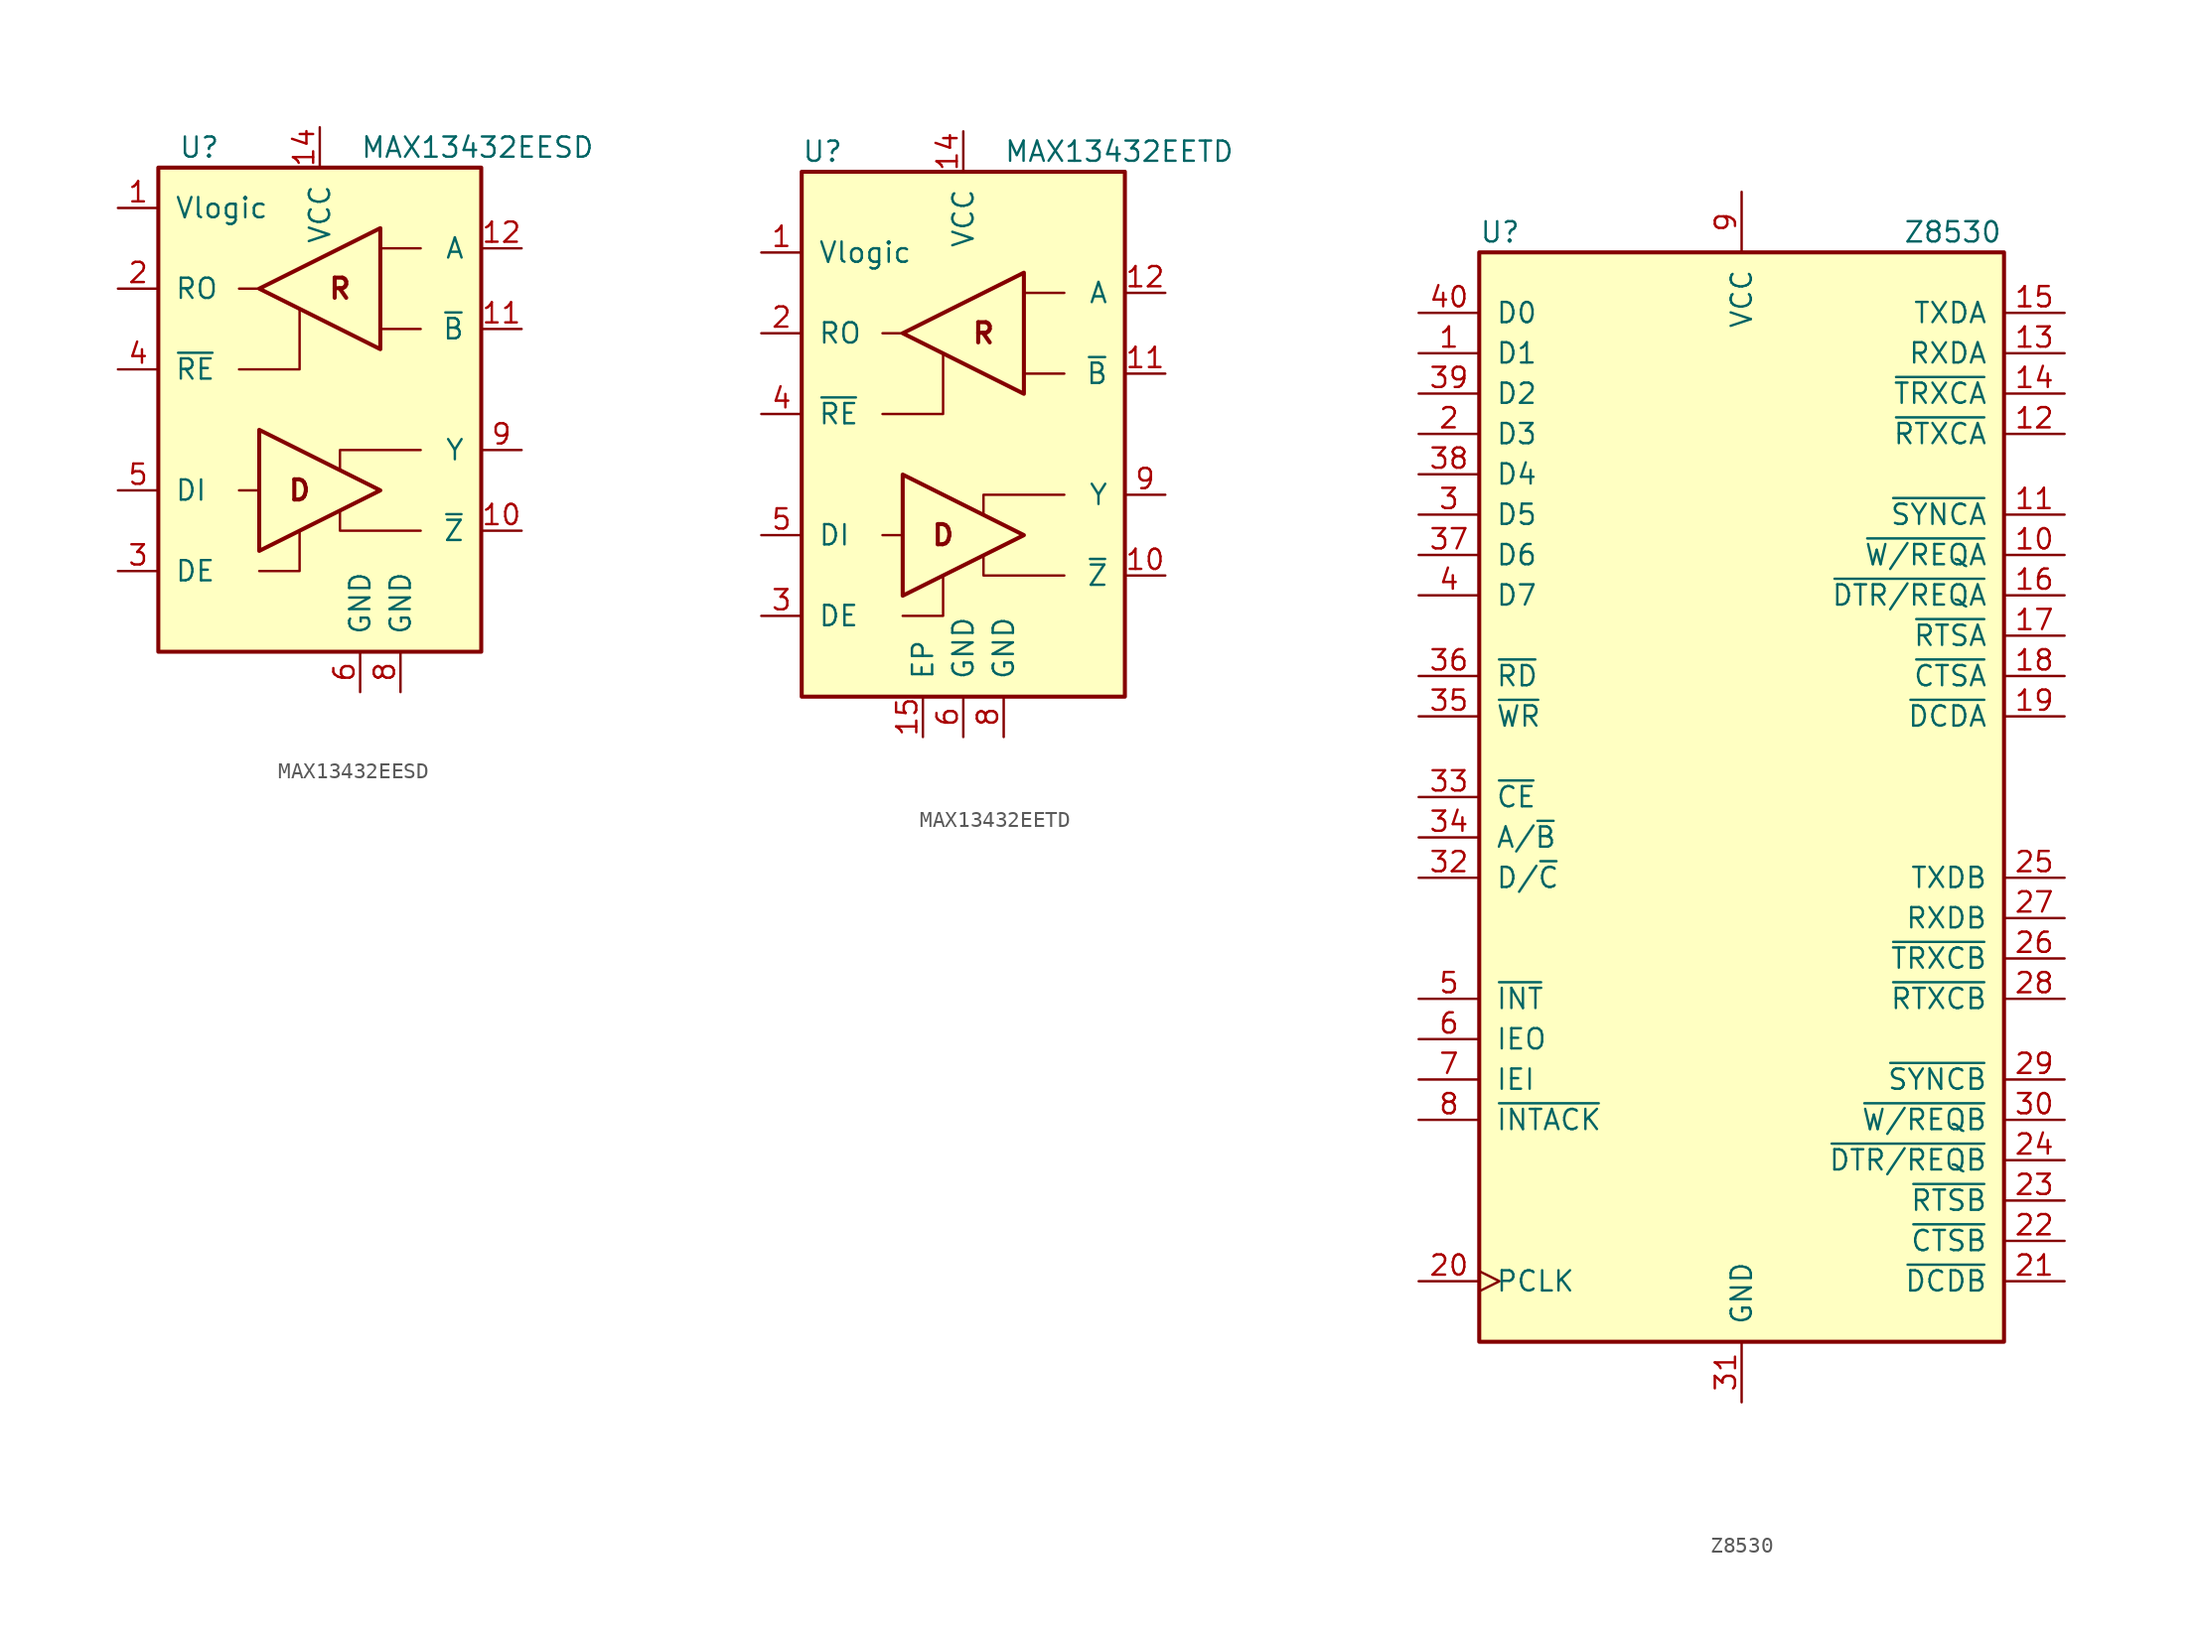
<source format=kicad_sym>
(kicad_symbol_lib
  (version 20200908)
  (generator kicad_symbol_editor)
  (symbol "Interface_UART:MAX13432EESD"
    (pin_names
      (offset 1.016))
    (property "Reference" "U"
      (at -8.89 16.51 0)
      (effects (font (size 1.27 1.27)) (justify left)))
    (property "Value" "MAX13432EESD"
      (at 2.54 16.51 0)
      (effects (font (size 1.27 1.27)) (justify left)))
    (symbol "MAX13432EESD_0_0"
      (text "D" (at -1.27 -5.08 0) (effects (font (size 1.27 1.27) bold)))
      (text "R" (at 1.27 7.62 0) (effects (font (size 1.27 1.27) bold))))
    (symbol "MAX13432EESD_0_1"
      (rectangle (start -10.16 15.24) (end 10.16 -15.24) (stroke (width 0.254)) (fill (type background)))
      (polyline (pts (xy -5.08 -5.08) (xy -3.81 -5.08)) (stroke (width 0)) (fill (type none)))
      (polyline (pts (xy -3.81 7.62) (xy -5.08 7.62)) (stroke (width 0)) (fill (type none)))
      (polyline (pts (xy 6.35 5.08) (xy 3.81 5.08) (xy 3.81 5.08)) (stroke (width 0)) (fill (type none)))
      (polyline (pts (xy 6.35 10.16) (xy 3.81 10.16) (xy 3.81 10.16)) (stroke (width 0)) (fill (type none)))
      (polyline (pts (xy -3.81 -10.16) (xy -1.27 -10.16) (xy -1.27 -7.62) (xy -1.27 -7.62)) (stroke (width 0)) (fill (type none)))
      (polyline (pts (xy -1.27 6.35) (xy -1.27 2.54) (xy -2.54 2.54) (xy -5.08 2.54)) (stroke (width 0)) (fill (type none)))
      (polyline (pts (xy 6.35 -7.62) (xy 1.27 -7.62) (xy 1.27 -6.35) (xy 1.27 -6.35)) (stroke (width 0)) (fill (type none)))
      (polyline (pts (xy 6.35 -2.54) (xy 1.27 -2.54) (xy 1.27 -3.81) (xy 1.27 -3.81)) (stroke (width 0)) (fill (type none)))
      (polyline (pts (xy -3.81 -1.27) (xy -3.81 -8.89) (xy 3.81 -5.08) (xy -3.81 -1.27) (xy -3.81 -1.27)) (stroke (width 0.254)) (fill (type none)))
      (polyline (pts (xy 3.81 11.43) (xy 3.81 3.81) (xy -3.81 7.62) (xy 3.81 11.43) (xy 3.81 11.43)) (stroke (width 0.254)) (fill (type none))))
    (symbol "MAX13432EESD_1_1"
      (pin power_in line (at -12.7 12.7 0) (length 2.54) (name "Vlogic" (effects (font (size 1.27 1.27)))) (number "1" (effects (font (size 1.27 1.27)))))
      (pin output line (at 12.7 -7.62 180) (length 2.54) (name "~Z~" (effects (font (size 1.27 1.27)))) (number "10" (effects (font (size 1.27 1.27)))))
      (pin input line (at 12.7 5.08 180) (length 2.54) (name "~B" (effects (font (size 1.27 1.27)))) (number "11" (effects (font (size 1.27 1.27)))))
      (pin input line (at 12.7 10.16 180) (length 2.54) (name "A" (effects (font (size 1.27 1.27)))) (number "12" (effects (font (size 1.27 1.27)))))
      (pin unconnected line (at 10.16 0 180) (length 2.54) hide (name "NC" (effects (font (size 1.27 1.27)))) (number "13" (effects (font (size 1.27 1.27)))))
      (pin power_in line (at 0 17.78 270) (length 2.54) (name "VCC" (effects (font (size 1.27 1.27)))) (number "14" (effects (font (size 1.27 1.27)))))
      (pin output line (at -12.7 7.62 0) (length 2.54) (name "RO" (effects (font (size 1.27 1.27)))) (number "2" (effects (font (size 1.27 1.27)))))
      (pin input line (at -12.7 -10.16 0) (length 2.54) (name "DE" (effects (font (size 1.27 1.27)))) (number "3" (effects (font (size 1.27 1.27)))))
      (pin input line (at -12.7 2.54 0) (length 2.54) (name "~RE" (effects (font (size 1.27 1.27)))) (number "4" (effects (font (size 1.27 1.27)))))
      (pin input line (at -12.7 -5.08 0) (length 2.54) (name "DI" (effects (font (size 1.27 1.27)))) (number "5" (effects (font (size 1.27 1.27)))))
      (pin power_in line (at 2.54 -17.78 90) (length 2.54) (name "GND" (effects (font (size 1.27 1.27)))) (number "6" (effects (font (size 1.27 1.27)))))
      (pin unconnected line (at 10.16 2.54 180) (length 2.54) hide (name "NC" (effects (font (size 1.27 1.27)))) (number "7" (effects (font (size 1.27 1.27)))))
      (pin power_in line (at 5.08 -17.78 90) (length 2.54) (name "GND" (effects (font (size 1.27 1.27)))) (number "8" (effects (font (size 1.27 1.27)))))
      (pin output line (at 12.7 -2.54 180) (length 2.54) (name "Y" (effects (font (size 1.27 1.27)))) (number "9" (effects (font (size 1.27 1.27)))))))
  (symbol "Interface_UART:MAX13432EETD"
    (pin_names
      (offset 1.016))
    (property "Reference" "U"
      (at -10.16 19.05 0)
      (effects (font (size 1.27 1.27)) (justify left)))
    (property "Value" "MAX13432EETD"
      (at 2.54 19.05 0)
      (effects (font (size 1.27 1.27)) (justify left)))
    (symbol "MAX13432EETD_0_0"
      (text "D" (at -1.27 -5.08 0) (effects (font (size 1.27 1.27) bold)))
      (text "R" (at 1.27 7.62 0) (effects (font (size 1.27 1.27) bold))))
    (symbol "MAX13432EETD_0_1"
      (rectangle (start -10.16 -15.24) (end 10.16 17.78) (stroke (width 0.254)) (fill (type background)))
      (polyline (pts (xy -5.08 -5.08) (xy -3.81 -5.08)) (stroke (width 0)) (fill (type none)))
      (polyline (pts (xy -3.81 7.62) (xy -5.08 7.62)) (stroke (width 0)) (fill (type none)))
      (polyline (pts (xy 6.35 5.08) (xy 3.81 5.08) (xy 3.81 5.08)) (stroke (width 0)) (fill (type none)))
      (polyline (pts (xy 6.35 10.16) (xy 3.81 10.16) (xy 3.81 10.16)) (stroke (width 0)) (fill (type none)))
      (polyline (pts (xy -3.81 -10.16) (xy -1.27 -10.16) (xy -1.27 -7.62) (xy -1.27 -7.62)) (stroke (width 0)) (fill (type none)))
      (polyline (pts (xy -1.27 6.35) (xy -1.27 2.54) (xy -2.54 2.54) (xy -5.08 2.54)) (stroke (width 0)) (fill (type none)))
      (polyline (pts (xy 6.35 -7.62) (xy 1.27 -7.62) (xy 1.27 -6.35) (xy 1.27 -6.35)) (stroke (width 0)) (fill (type none)))
      (polyline (pts (xy 6.35 -2.54) (xy 1.27 -2.54) (xy 1.27 -3.81) (xy 1.27 -3.81)) (stroke (width 0)) (fill (type none)))
      (polyline (pts (xy -3.81 -1.27) (xy -3.81 -8.89) (xy 3.81 -5.08) (xy -3.81 -1.27) (xy -3.81 -1.27)) (stroke (width 0.254)) (fill (type none)))
      (polyline (pts (xy 3.81 11.43) (xy 3.81 3.81) (xy -3.81 7.62) (xy 3.81 11.43) (xy 3.81 11.43)) (stroke (width 0.254)) (fill (type none))))
    (symbol "MAX13432EETD_1_1"
      (pin power_in line (at -12.7 12.7 0) (length 2.54) (name "Vlogic" (effects (font (size 1.27 1.27)))) (number "1" (effects (font (size 1.27 1.27)))))
      (pin output line (at 12.7 -7.62 180) (length 2.54) (name "~Z~" (effects (font (size 1.27 1.27)))) (number "10" (effects (font (size 1.27 1.27)))))
      (pin input line (at 12.7 5.08 180) (length 2.54) (name "~B" (effects (font (size 1.27 1.27)))) (number "11" (effects (font (size 1.27 1.27)))))
      (pin input line (at 12.7 10.16 180) (length 2.54) (name "A" (effects (font (size 1.27 1.27)))) (number "12" (effects (font (size 1.27 1.27)))))
      (pin unconnected line (at 10.16 0 180) (length 2.54) hide (name "NC" (effects (font (size 1.27 1.27)))) (number "13" (effects (font (size 1.27 1.27)))))
      (pin power_in line (at 0 20.32 270) (length 2.54) (name "VCC" (effects (font (size 1.27 1.27)))) (number "14" (effects (font (size 1.27 1.27)))))
      (pin power_in line (at -2.54 -17.78 90) (length 2.54) (name "EP" (effects (font (size 1.27 1.27)))) (number "15" (effects (font (size 1.27 1.27)))))
      (pin output line (at -12.7 7.62 0) (length 2.54) (name "RO" (effects (font (size 1.27 1.27)))) (number "2" (effects (font (size 1.27 1.27)))))
      (pin input line (at -12.7 -10.16 0) (length 2.54) (name "DE" (effects (font (size 1.27 1.27)))) (number "3" (effects (font (size 1.27 1.27)))))
      (pin input line (at -12.7 2.54 0) (length 2.54) (name "~RE" (effects (font (size 1.27 1.27)))) (number "4" (effects (font (size 1.27 1.27)))))
      (pin input line (at -12.7 -5.08 0) (length 2.54) (name "DI" (effects (font (size 1.27 1.27)))) (number "5" (effects (font (size 1.27 1.27)))))
      (pin power_in line (at 0 -17.78 90) (length 2.54) (name "GND" (effects (font (size 1.27 1.27)))) (number "6" (effects (font (size 1.27 1.27)))))
      (pin unconnected line (at 10.16 2.54 180) (length 2.54) hide (name "NC" (effects (font (size 1.27 1.27)))) (number "7" (effects (font (size 1.27 1.27)))))
      (pin power_in line (at 2.54 -17.78 90) (length 2.54) (name "GND" (effects (font (size 1.27 1.27)))) (number "8" (effects (font (size 1.27 1.27)))))
      (pin output line (at 12.7 -2.54 180) (length 2.54) (name "Y" (effects (font (size 1.27 1.27)))) (number "9" (effects (font (size 1.27 1.27)))))))
  (symbol "Interface_UART:Z8530"
    (pin_names
      (offset 1.016))
    (property "Reference" "U"
      (at -16.51 35.56 0)
      (effects (font (size 1.27 1.27)) (justify left)))
    (property "Value" "Z8530"
      (at 10.16 35.56 0)
      (effects (font (size 1.27 1.27)) (justify left)))
    (symbol "Z8530_0_1"
      (rectangle (start -16.51 -34.29) (end 16.51 34.29) (stroke (width 0.254)) (fill (type background))))
    (symbol "Z8530_1_1"
      (pin input line (at -20.32 27.94 0) (length 3.81) (name "D1" (effects (font (size 1.27 1.27)))) (number "1" (effects (font (size 1.27 1.27)))))
      (pin output line (at 20.32 15.24 180) (length 3.81) (name "~W/REQA~" (effects (font (size 1.27 1.27)))) (number "10" (effects (font (size 1.27 1.27)))))
      (pin bidirectional line (at 20.32 17.78 180) (length 3.81) (name "~SYNCA~" (effects (font (size 1.27 1.27)))) (number "11" (effects (font (size 1.27 1.27)))))
      (pin input line (at 20.32 22.86 180) (length 3.81) (name "~RTXCA" (effects (font (size 1.27 1.27)))) (number "12" (effects (font (size 1.27 1.27)))))
      (pin input line (at 20.32 27.94 180) (length 3.81) (name "RXDA" (effects (font (size 1.27 1.27)))) (number "13" (effects (font (size 1.27 1.27)))))
      (pin bidirectional line (at 20.32 25.4 180) (length 3.81) (name "~TRXCA" (effects (font (size 1.27 1.27)))) (number "14" (effects (font (size 1.27 1.27)))))
      (pin output line (at 20.32 30.48 180) (length 3.81) (name "TXDA" (effects (font (size 1.27 1.27)))) (number "15" (effects (font (size 1.27 1.27)))))
      (pin output line (at 20.32 12.7 180) (length 3.81) (name "~DTR/REQA" (effects (font (size 1.27 1.27)))) (number "16" (effects (font (size 1.27 1.27)))))
      (pin output line (at 20.32 10.16 180) (length 3.81) (name "~RTSA" (effects (font (size 1.27 1.27)))) (number "17" (effects (font (size 1.27 1.27)))))
      (pin input line (at 20.32 7.62 180) (length 3.81) (name "~CTSA" (effects (font (size 1.27 1.27)))) (number "18" (effects (font (size 1.27 1.27)))))
      (pin input line (at 20.32 5.08 180) (length 3.81) (name "~DCDA" (effects (font (size 1.27 1.27)))) (number "19" (effects (font (size 1.27 1.27)))))
      (pin input line (at -20.32 22.86 0) (length 3.81) (name "D3" (effects (font (size 1.27 1.27)))) (number "2" (effects (font (size 1.27 1.27)))))
      (pin input clock (at -20.32 -30.48 0) (length 3.81) (name "PCLK" (effects (font (size 1.27 1.27)))) (number "20" (effects (font (size 1.27 1.27)))))
      (pin input line (at 20.32 -30.48 180) (length 3.81) (name "~DCDB" (effects (font (size 1.27 1.27)))) (number "21" (effects (font (size 1.27 1.27)))))
      (pin input line (at 20.32 -27.94 180) (length 3.81) (name "~CTSB" (effects (font (size 1.27 1.27)))) (number "22" (effects (font (size 1.27 1.27)))))
      (pin output line (at 20.32 -25.4 180) (length 3.81) (name "~RTSB" (effects (font (size 1.27 1.27)))) (number "23" (effects (font (size 1.27 1.27)))))
      (pin output line (at 20.32 -22.86 180) (length 3.81) (name "~DTR/REQB" (effects (font (size 1.27 1.27)))) (number "24" (effects (font (size 1.27 1.27)))))
      (pin output line (at 20.32 -5.08 180) (length 3.81) (name "TXDB" (effects (font (size 1.27 1.27)))) (number "25" (effects (font (size 1.27 1.27)))))
      (pin bidirectional line (at 20.32 -10.16 180) (length 3.81) (name "~TRXCB" (effects (font (size 1.27 1.27)))) (number "26" (effects (font (size 1.27 1.27)))))
      (pin input line (at 20.32 -7.62 180) (length 3.81) (name "RXDB" (effects (font (size 1.27 1.27)))) (number "27" (effects (font (size 1.27 1.27)))))
      (pin input line (at 20.32 -12.7 180) (length 3.81) (name "~RTXCB" (effects (font (size 1.27 1.27)))) (number "28" (effects (font (size 1.27 1.27)))))
      (pin bidirectional line (at 20.32 -17.78 180) (length 3.81) (name "~SYNCB" (effects (font (size 1.27 1.27)))) (number "29" (effects (font (size 1.27 1.27)))))
      (pin input line (at -20.32 17.78 0) (length 3.81) (name "D5" (effects (font (size 1.27 1.27)))) (number "3" (effects (font (size 1.27 1.27)))))
      (pin output line (at 20.32 -20.32 180) (length 3.81) (name "~W/REQB" (effects (font (size 1.27 1.27)))) (number "30" (effects (font (size 1.27 1.27)))))
      (pin power_in line (at 0 -38.1 90) (length 3.81) (name "GND" (effects (font (size 1.27 1.27)))) (number "31" (effects (font (size 1.27 1.27)))))
      (pin input line (at -20.32 -5.08 0) (length 3.81) (name "D/~C~" (effects (font (size 1.27 1.27)))) (number "32" (effects (font (size 1.27 1.27)))))
      (pin input line (at -20.32 0 0) (length 3.81) (name "~CE" (effects (font (size 1.27 1.27)))) (number "33" (effects (font (size 1.27 1.27)))))
      (pin input line (at -20.32 -2.54 0) (length 3.81) (name "A/~B~" (effects (font (size 1.27 1.27)))) (number "34" (effects (font (size 1.27 1.27)))))
      (pin input line (at -20.32 5.08 0) (length 3.81) (name "~WR" (effects (font (size 1.27 1.27)))) (number "35" (effects (font (size 1.27 1.27)))))
      (pin input line (at -20.32 7.62 0) (length 3.81) (name "~RD" (effects (font (size 1.27 1.27)))) (number "36" (effects (font (size 1.27 1.27)))))
      (pin input line (at -20.32 15.24 0) (length 3.81) (name "D6" (effects (font (size 1.27 1.27)))) (number "37" (effects (font (size 1.27 1.27)))))
      (pin input line (at -20.32 20.32 0) (length 3.81) (name "D4" (effects (font (size 1.27 1.27)))) (number "38" (effects (font (size 1.27 1.27)))))
      (pin input line (at -20.32 25.4 0) (length 3.81) (name "D2" (effects (font (size 1.27 1.27)))) (number "39" (effects (font (size 1.27 1.27)))))
      (pin input line (at -20.32 12.7 0) (length 3.81) (name "D7" (effects (font (size 1.27 1.27)))) (number "4" (effects (font (size 1.27 1.27)))))
      (pin input line (at -20.32 30.48 0) (length 3.81) (name "D0" (effects (font (size 1.27 1.27)))) (number "40" (effects (font (size 1.27 1.27)))))
      (pin open_collector line (at -20.32 -12.7 0) (length 3.81) (name "~INT" (effects (font (size 1.27 1.27)))) (number "5" (effects (font (size 1.27 1.27)))))
      (pin output line (at -20.32 -15.24 0) (length 3.81) (name "IEO" (effects (font (size 1.27 1.27)))) (number "6" (effects (font (size 1.27 1.27)))))
      (pin input line (at -20.32 -17.78 0) (length 3.81) (name "IEI" (effects (font (size 1.27 1.27)))) (number "7" (effects (font (size 1.27 1.27)))))
      (pin input line (at -20.32 -20.32 0) (length 3.81) (name "~INTACK" (effects (font (size 1.27 1.27)))) (number "8" (effects (font (size 1.27 1.27)))))
      (pin power_in line (at 0 38.1 270) (length 3.81) (name "VCC" (effects (font (size 1.27 1.27)))) (number "9" (effects (font (size 1.27 1.27))))))))
</source>
